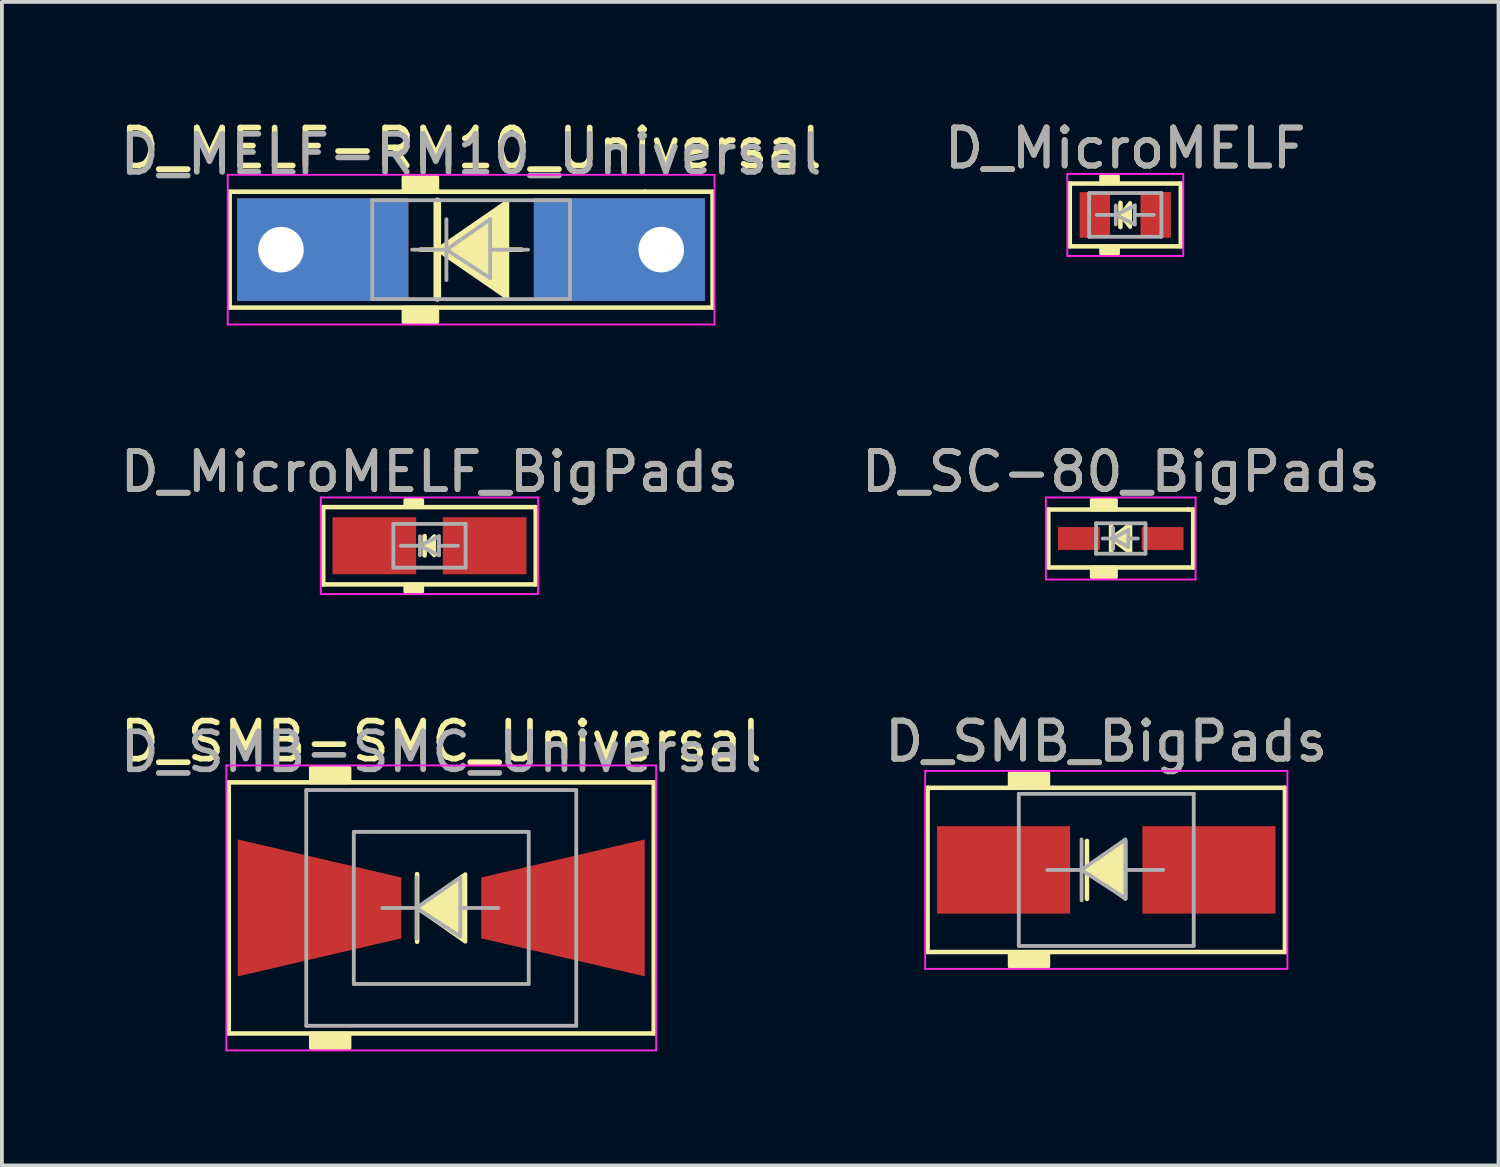
<source format=kicad_pcb>
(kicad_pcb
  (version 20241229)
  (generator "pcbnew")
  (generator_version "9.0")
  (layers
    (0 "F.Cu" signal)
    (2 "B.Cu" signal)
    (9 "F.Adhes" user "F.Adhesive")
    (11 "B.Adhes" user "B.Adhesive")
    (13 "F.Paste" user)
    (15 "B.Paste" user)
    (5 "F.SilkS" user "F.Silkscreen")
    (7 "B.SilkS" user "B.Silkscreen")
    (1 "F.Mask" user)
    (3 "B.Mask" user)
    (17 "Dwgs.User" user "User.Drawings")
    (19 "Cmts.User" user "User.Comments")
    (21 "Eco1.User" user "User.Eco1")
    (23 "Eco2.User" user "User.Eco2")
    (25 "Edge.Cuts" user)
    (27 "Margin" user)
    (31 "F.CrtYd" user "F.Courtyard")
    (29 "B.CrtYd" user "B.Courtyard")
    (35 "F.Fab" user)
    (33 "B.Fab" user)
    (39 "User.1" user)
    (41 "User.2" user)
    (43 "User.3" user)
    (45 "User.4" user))
  (footprint "D_MicroMELF"
    (layer "F.Cu")
    (at 26.542 2.602)
    (property "Reference" "D_MicroMELF" (at 0 -1.754 0) (layer "F.SilkS") (effects (font (size 1 1) (thickness 0.15))))
    (attr smd)
    (fp_line (start -1.46 -0.826) (end 1.46 -0.826) (stroke (width 0.12) (type solid)) (layer "F.SilkS"))
    (fp_line (start -1.46 0.826) (end -1.46 -0.826) (stroke (width 0.12) (type solid)) (layer "F.SilkS"))
    (fp_line (start -0.127 -0.318) (end -0.127 0.318) (stroke (width 0.12) (type solid)) (layer "F.SilkS"))
    (fp_line (start 1.46 -0.826) (end 1.46 0.826) (stroke (width 0.12) (type solid)) (layer "F.SilkS"))
    (fp_line (start 1.46 0.826) (end -1.46 0.826) (stroke (width 0.12) (type solid)) (layer "F.SilkS"))
    (fp_poly (pts (xy 0.127 0.318) (xy -0.127 0) (xy 0.127 -0.318)) (stroke (width 0.1) (type solid)) (fill yes) (layer "F.SilkS"))
    (fp_poly (pts (xy -0.191 -0.826) (xy -0.635 -0.826) (xy -0.635 -1.016) (xy -0.191 -1.016)) (stroke (width 0.1) (type solid)) (fill yes) (layer "F.SilkS"))
    (fp_poly (pts (xy -0.191 1.016) (xy -0.635 1.016) (xy -0.635 0.826) (xy -0.191 0.826)) (stroke (width 0.1) (type solid)) (fill yes) (layer "F.SilkS"))
    (fp_line (start -1.524 -1.079) (end -1.524 1.079) (stroke (width 0.05) (type solid)) (layer "F.CrtYd"))
    (fp_line (start -1.524 -1.079) (end 1.524 -1.079) (stroke (width 0.05) (type solid)) (layer "F.CrtYd"))
    (fp_line (start 1.524 1.079) (end -1.524 1.079) (stroke (width 0.05) (type solid)) (layer "F.CrtYd"))
    (fp_line (start 1.524 1.079) (end 1.524 -1.079) (stroke (width 0.05) (type solid)) (layer "F.CrtYd"))
    (fp_line (start -0.95 -0.575) (end 0.95 -0.575) (stroke (width 0.1) (type solid)) (layer "F.Fab"))
    (fp_line (start -0.95 0.575) (end -0.95 -0.575) (stroke (width 0.1) (type solid)) (layer "F.Fab"))
    (fp_line (start -0.25 -0.25) (end -0.25 0.25) (stroke (width 0.1) (type solid)) (layer "F.Fab"))
    (fp_line (start -0.25 0) (end -0.75 0) (stroke (width 0.1) (type solid)) (layer "F.Fab"))
    (fp_line (start -0.25 0) (end 0.25 -0.25) (stroke (width 0.1) (type solid)) (layer "F.Fab"))
    (fp_line (start 0.25 -0.25) (end 0.25 0.25) (stroke (width 0.1) (type solid)) (layer "F.Fab"))
    (fp_line (start 0.25 0) (end 0.75 0) (stroke (width 0.1) (type solid)) (layer "F.Fab"))
    (fp_line (start 0.25 0.25) (end -0.25 0) (stroke (width 0.1) (type solid)) (layer "F.Fab"))
    (fp_line (start 0.95 -0.575) (end 0.95 0.575) (stroke (width 0.1) (type solid)) (layer "F.Fab"))
    (fp_line (start 0.95 0.575) (end -0.95 0.575) (stroke (width 0.1) (type solid)) (layer "F.Fab"))
    (fp_text user "${REFERENCE}" (at 0 -1.754 0) (layer "F.Fab") (effects (font (size 1 1) (thickness 0.15))))
    (pad "1" smd rect (at -0.8 0) (size 0.8 1.2) (layers "F.Cu" "F.Mask" "F.Paste"))
    (pad "2" smd rect (at 0.8 0) (size 0.8 1.2) (layers "F.Cu" "F.Mask" "F.Paste")))
  (footprint "D_SC-80_BigPads"
    (layer "F.Cu")
    (at 26.423 11.111)
    (property "Reference" "D_SC-80_BigPads" (at 0 -1.754 0) (layer "F.SilkS") (effects (font (size 1 1) (thickness 0.15))))
    (attr smd)
    (fp_line (start -1.905 -0.762) (end -1.905 0.762) (stroke (width 0.12) (type solid)) (layer "F.SilkS"))
    (fp_line (start -1.905 0.762) (end 1.905 0.762) (stroke (width 0.12) (type solid)) (layer "F.SilkS"))
    (fp_line (start -0.254 -0.381) (end -0.254 0.381) (stroke (width 0.12) (type solid)) (layer "F.SilkS"))
    (fp_line (start 1.778 -0.762) (end -1.905 -0.762) (stroke (width 0.12) (type solid)) (layer "F.SilkS"))
    (fp_line (start 1.905 -0.762) (end 1.778 -0.762) (stroke (width 0.12) (type solid)) (layer "F.SilkS"))
    (fp_line (start 1.905 0.762) (end 1.905 -0.762) (stroke (width 0.12) (type solid)) (layer "F.SilkS"))
    (fp_poly (pts (xy 0.254 0.381) (xy -0.254 0) (xy 0.254 -0.381)) (stroke (width 0.1) (type solid)) (fill yes) (layer "F.SilkS"))
    (fp_poly (pts (xy -0.127 -0.762) (xy -0.762 -0.762) (xy -0.762 -1.016) (xy -0.127 -1.016)) (stroke (width 0.1) (type solid)) (fill yes) (layer "F.SilkS"))
    (fp_poly (pts (xy -0.127 1.016) (xy -0.762 1.016) (xy -0.762 0.762) (xy -0.127 0.762)) (stroke (width 0.1) (type solid)) (fill yes) (layer "F.SilkS"))
    (fp_line (start -1.968 -1.079) (end -1.968 1.079) (stroke (width 0.05) (type solid)) (layer "F.CrtYd"))
    (fp_line (start -1.968 1.079) (end 1.968 1.079) (stroke (width 0.05) (type solid)) (layer "F.CrtYd"))
    (fp_line (start 1.968 -1.079) (end -1.968 -1.079) (stroke (width 0.05) (type solid)) (layer "F.CrtYd"))
    (fp_line (start 1.968 -1.079) (end 1.968 1.079) (stroke (width 0.05) (type solid)) (layer "F.CrtYd"))
    (fp_line (start -0.65 -0.4) (end 0.65 -0.4) (stroke (width 0.1) (type solid)) (layer "F.Fab"))
    (fp_line (start -0.65 0.4) (end -0.65 -0.4) (stroke (width 0.1) (type solid)) (layer "F.Fab"))
    (fp_line (start -0.2 -0.275) (end -0.2 0.275) (stroke (width 0.1) (type solid)) (layer "F.Fab"))
    (fp_line (start -0.2 0) (end -0.475 0) (stroke (width 0.1) (type solid)) (layer "F.Fab"))
    (fp_line (start -0.2 0) (end 0.2 -0.225) (stroke (width 0.1) (type solid)) (layer "F.Fab"))
    (fp_line (start 0.2 -0.225) (end 0.2 0.225) (stroke (width 0.1) (type solid)) (layer "F.Fab"))
    (fp_line (start 0.2 0) (end 0.45 0) (stroke (width 0.1) (type solid)) (layer "F.Fab"))
    (fp_line (start 0.2 0.225) (end -0.2 0) (stroke (width 0.1) (type solid)) (layer "F.Fab"))
    (fp_line (start 0.65 -0.4) (end 0.65 0.4) (stroke (width 0.1) (type solid)) (layer "F.Fab"))
    (fp_line (start 0.65 0.4) (end -0.65 0.4) (stroke (width 0.1) (type solid)) (layer "F.Fab"))
    (fp_text user "${REFERENCE}" (at 0 -1.754 0) (layer "F.Fab") (effects (font (size 1 1) (thickness 0.15))))
    (pad "1" smd rect (at -1.1 0) (size 1.1 0.6) (layers "F.Cu" "F.Mask" "F.Paste"))
    (pad "2" smd rect (at 1.1 0) (size 1.1 0.6) (layers "F.Cu" "F.Mask" "F.Paste")))
  (footprint "D_MicroMELF_BigPads"
    (layer "F.Cu")
    (at 8.244 11.302)
    (property "Reference" "D_MicroMELF_BigPads" (at 0 -1.944 0) (layer "F.SilkS") (effects (font (size 1 1) (thickness 0.15))))
    (attr smd)
    (fp_line (start -2.794 -1.016) (end 2.794 -1.016) (stroke (width 0.12) (type solid)) (layer "F.SilkS"))
    (fp_line (start -2.794 1.016) (end -2.794 -1.016) (stroke (width 0.12) (type solid)) (layer "F.SilkS"))
    (fp_line (start -0.127 -0.254) (end -0.127 0.254) (stroke (width 0.12) (type solid)) (layer "F.SilkS"))
    (fp_line (start 2.794 -1.016) (end 2.794 1.016) (stroke (width 0.12) (type solid)) (layer "F.SilkS"))
    (fp_line (start 2.794 1.016) (end -2.794 1.016) (stroke (width 0.12) (type solid)) (layer "F.SilkS"))
    (fp_poly (pts (xy 0.127 0.254) (xy -0.127 0) (xy 0.127 -0.254)) (stroke (width 0.1) (type solid)) (fill yes) (layer "F.SilkS"))
    (fp_poly (pts (xy -0.191 -1.016) (xy -0.635 -1.016) (xy -0.635 -1.206) (xy -0.191 -1.206)) (stroke (width 0.1) (type solid)) (fill yes) (layer "F.SilkS"))
    (fp_poly (pts (xy -0.191 1.206) (xy -0.635 1.206) (xy -0.635 1.016) (xy -0.191 1.016)) (stroke (width 0.1) (type solid)) (fill yes) (layer "F.SilkS"))
    (fp_line (start -2.857 -1.27) (end -2.857 1.27) (stroke (width 0.05) (type solid)) (layer "F.CrtYd"))
    (fp_line (start -2.857 -1.27) (end 2.857 -1.27) (stroke (width 0.05) (type solid)) (layer "F.CrtYd"))
    (fp_line (start 2.857 1.27) (end -2.857 1.27) (stroke (width 0.05) (type solid)) (layer "F.CrtYd"))
    (fp_line (start 2.857 1.27) (end 2.857 -1.27) (stroke (width 0.05) (type solid)) (layer "F.CrtYd"))
    (fp_line (start -0.95 -0.575) (end 0.95 -0.575) (stroke (width 0.1) (type solid)) (layer "F.Fab"))
    (fp_line (start -0.95 0.575) (end -0.95 -0.575) (stroke (width 0.1) (type solid)) (layer "F.Fab"))
    (fp_line (start -0.25 -0.25) (end -0.25 0.25) (stroke (width 0.1) (type solid)) (layer "F.Fab"))
    (fp_line (start -0.25 0) (end -0.75 0) (stroke (width 0.1) (type solid)) (layer "F.Fab"))
    (fp_line (start -0.25 0) (end 0.25 -0.25) (stroke (width 0.1) (type solid)) (layer "F.Fab"))
    (fp_line (start 0.25 -0.25) (end 0.25 0.25) (stroke (width 0.1) (type solid)) (layer "F.Fab"))
    (fp_line (start 0.25 0) (end 0.75 0) (stroke (width 0.1) (type solid)) (layer "F.Fab"))
    (fp_line (start 0.25 0.25) (end -0.25 0) (stroke (width 0.1) (type solid)) (layer "F.Fab"))
    (fp_line (start 0.95 -0.575) (end 0.95 0.575) (stroke (width 0.1) (type solid)) (layer "F.Fab"))
    (fp_line (start 0.95 0.575) (end -0.95 0.575) (stroke (width 0.1) (type solid)) (layer "F.Fab"))
    (fp_text user "${REFERENCE}" (at 0 -1.944 0) (layer "F.Fab") (effects (font (size 1 1) (thickness 0.15))))
    (pad "1" smd rect (at -1.45 0) (size 2.2 1.5) (layers "F.Cu" "F.Mask" "F.Paste"))
    (pad "2" smd rect (at 1.45 0) (size 2.2 1.5) (layers "F.Cu" "F.Mask" "F.Paste")))
  (footprint "D_MELF-RM10_Universal"
    (layer "F.Cu")
    (at 9.339 3.515)
    (property "Reference" "D_MELF-RM10_Universal" (at 0 -2.667 0) (layer "F.SilkS") (effects (font (size 1 1) (thickness 0.15))))
    (attr through_hole)
    (fp_line (start -6.35 -1.524) (end -6.35 1.524) (stroke (width 0.12) (type solid)) (layer "F.SilkS"))
    (fp_line (start -6.35 1.524) (end 6.35 1.524) (stroke (width 0.12) (type solid)) (layer "F.SilkS"))
    (fp_line (start -0.953 0) (end -1.333 0) (stroke (width 0.12) (type solid)) (layer "F.SilkS"))
    (fp_line (start -0.889 -1.27) (end -0.889 1.27) (stroke (width 0.2) (type solid)) (layer "F.SilkS"))
    (fp_line (start 1.333 0) (end 0.953 0) (stroke (width 0.12) (type solid)) (layer "F.SilkS"))
    (fp_line (start 4.572 -1.524) (end -6.35 -1.524) (stroke (width 0.12) (type solid)) (layer "F.SilkS"))
    (fp_line (start 6.35 -1.524) (end 4.572 -1.524) (stroke (width 0.12) (type solid)) (layer "F.SilkS"))
    (fp_line (start 6.35 1.524) (end 6.35 -1.524) (stroke (width 0.12) (type solid)) (layer "F.SilkS"))
    (fp_poly (pts (xy 0.953 1.27) (xy -0.889 0) (xy 0.953 -1.27)) (stroke (width 0.1) (type solid)) (fill yes) (layer "F.SilkS"))
    (fp_poly (pts (xy -0.889 -1.524) (xy -1.778 -1.524) (xy -1.778 -1.905) (xy -0.889 -1.905)) (stroke (width 0.1) (type solid)) (fill yes) (layer "F.SilkS"))
    (fp_poly (pts (xy -0.889 1.905) (xy -1.778 1.905) (xy -1.778 1.524) (xy -0.889 1.524)) (stroke (width 0.1) (type solid)) (fill yes) (layer "F.SilkS"))
    (fp_line (start -6.4 -1.968) (end 6.4 -1.968) (stroke (width 0.05) (type solid)) (layer "F.CrtYd"))
    (fp_line (start -6.4 1.968) (end -6.4 -1.968) (stroke (width 0.05) (type solid)) (layer "F.CrtYd"))
    (fp_line (start 6.4 -1.968) (end 6.4 1.968) (stroke (width 0.05) (type solid)) (layer "F.CrtYd"))
    (fp_line (start 6.4 1.968) (end -6.4 1.968) (stroke (width 0.05) (type solid)) (layer "F.CrtYd"))
    (fp_line (start -2.6 -1.3) (end -2.6 1.3) (stroke (width 0.1) (type solid)) (layer "F.Fab"))
    (fp_line (start -2.6 1.3) (end 2.6 1.3) (stroke (width 0.1) (type solid)) (layer "F.Fab"))
    (fp_line (start -0.649 -0.799) (end -0.649 0.801) (stroke (width 0.1) (type solid)) (layer "F.Fab"))
    (fp_line (start -0.649 0.001) (end -1.551 0.001) (stroke (width 0.1) (type solid)) (layer "F.Fab"))
    (fp_line (start -0.649 0.001) (end 0.501 -0.799) (stroke (width 0.1) (type solid)) (layer "F.Fab"))
    (fp_line (start -0.649 0.001) (end 0.501 0.75) (stroke (width 0.1) (type solid)) (layer "F.Fab"))
    (fp_line (start 0.501 0.001) (end 1.499 0.001) (stroke (width 0.1) (type solid)) (layer "F.Fab"))
    (fp_line (start 0.501 0.75) (end 0.501 -0.799) (stroke (width 0.1) (type solid)) (layer "F.Fab"))
    (fp_line (start 2.6 -1.3) (end -2.6 -1.3) (stroke (width 0.1) (type solid)) (layer "F.Fab"))
    (fp_line (start 2.6 1.3) (end 2.6 -1.3) (stroke (width 0.1) (type solid)) (layer "F.Fab"))
    (fp_text user "${REFERENCE}" (at 0 -2.5 0) (layer "F.Fab") (effects (font (size 1 1) (thickness 0.15))))
    (pad "1" thru_hole rect (at -5 0) (size 4.5 2.7) (drill 1.199 (offset 1.1 0)) (layers "*.Cu" "*.Mask"))
    (pad "2" thru_hole rect (at 5 0 180) (size 4.5 2.7) (drill 1.199 (offset 1.1 0)) (layers "*.Cu" "*.Mask")))
  (footprint "D_SMB-SMC_Universal"
    (layer "F.Cu")
    (at 8.554 20.826)
    (property "Reference" "D_SMB-SMC_Universal" (at 0 -4.381 0) (layer "F.SilkS") (effects (font (size 1 1) (thickness 0.15))))
    (attr smd)
    (fp_line (start -5.588 -3.302) (end -5.588 3.302) (stroke (width 0.12) (type solid)) (layer "F.SilkS"))
    (fp_line (start -5.588 3.302) (end 5.588 3.302) (stroke (width 0.12) (type solid)) (layer "F.SilkS"))
    (fp_line (start -0.635 -0.889) (end -0.635 0.889) (stroke (width 0.12) (type solid)) (layer "F.SilkS"))
    (fp_line (start 5.588 -3.302) (end -5.588 -3.302) (stroke (width 0.12) (type solid)) (layer "F.SilkS"))
    (fp_line (start 5.588 3.302) (end 5.588 -3.302) (stroke (width 0.12) (type solid)) (layer "F.SilkS"))
    (fp_poly (pts (xy 0.635 0.889) (xy -0.635 0) (xy 0.635 -0.889)) (stroke (width 0.1) (type solid)) (fill yes) (layer "F.SilkS"))
    (fp_poly (pts (xy -2.413 -3.302) (xy -3.429 -3.302) (xy -3.429 -3.683) (xy -2.413 -3.683)) (stroke (width 0.1) (type solid)) (fill yes) (layer "F.SilkS"))
    (fp_poly (pts (xy -2.413 3.683) (xy -3.429 3.683) (xy -3.429 3.302) (xy -2.413 3.302)) (stroke (width 0.1) (type solid)) (fill yes) (layer "F.SilkS"))
    (fp_line (start -5.652 -3.747) (end 5.652 -3.747) (stroke (width 0.05) (type solid)) (layer "F.CrtYd"))
    (fp_line (start -5.652 3.747) (end -5.652 -3.747) (stroke (width 0.05) (type solid)) (layer "F.CrtYd"))
    (fp_line (start 5.652 -3.747) (end 5.652 3.747) (stroke (width 0.05) (type solid)) (layer "F.CrtYd"))
    (fp_line (start 5.652 3.747) (end -5.652 3.747) (stroke (width 0.05) (type solid)) (layer "F.CrtYd"))
    (fp_line (start -3.55 3.1) (end -3.55 -3.1) (stroke (width 0.1) (type solid)) (layer "F.Fab"))
    (fp_line (start -2.3 2) (end -2.3 -2) (stroke (width 0.1) (type solid)) (layer "F.Fab"))
    (fp_line (start -0.649 -0.799) (end -0.649 0.801) (stroke (width 0.1) (type solid)) (layer "F.Fab"))
    (fp_line (start -0.649 0.001) (end -1.551 0.001) (stroke (width 0.1) (type solid)) (layer "F.Fab"))
    (fp_line (start -0.649 0.001) (end 0.501 -0.799) (stroke (width 0.1) (type solid)) (layer "F.Fab"))
    (fp_line (start -0.649 0.001) (end 0.501 0.75) (stroke (width 0.1) (type solid)) (layer "F.Fab"))
    (fp_line (start 0.501 0.001) (end 1.499 0.001) (stroke (width 0.1) (type solid)) (layer "F.Fab"))
    (fp_line (start 0.501 0.75) (end 0.501 -0.799) (stroke (width 0.1) (type solid)) (layer "F.Fab"))
    (fp_line (start 2.3 -2) (end -2.3 -2) (stroke (width 0.1) (type solid)) (layer "F.Fab"))
    (fp_line (start 2.3 -2) (end 2.3 2) (stroke (width 0.1) (type solid)) (layer "F.Fab"))
    (fp_line (start 2.3 2) (end -2.3 2) (stroke (width 0.1) (type solid)) (layer "F.Fab"))
    (fp_line (start 3.55 -3.1) (end -3.55 -3.1) (stroke (width 0.1) (type solid)) (layer "F.Fab"))
    (fp_line (start 3.55 -3.1) (end 3.55 3.1) (stroke (width 0.1) (type solid)) (layer "F.Fab"))
    (fp_line (start 3.55 3.1) (end -3.55 3.1) (stroke (width 0.1) (type solid)) (layer "F.Fab"))
    (fp_text user "${REFERENCE}" (at 0 -4.1 0) (layer "F.Fab") (effects (font (size 1 1) (thickness 0.15))))
    (pad "1" smd trapezoid (at -3.2 0) (size 4.3 2.6) (rect_delta 1 0) (layers "F.Cu" "F.Mask" "F.Paste"))
    (pad "2" smd trapezoid (at 3.2 0 180) (size 4.3 2.6) (rect_delta 1 0) (layers "F.Cu" "F.Mask" "F.Paste")))
  (footprint "D_SMB_BigPads"
    (layer "F.Cu")
    (at 26.042 19.826)
    (property "Reference" "D_SMB_BigPads" (at 0 -3.381 0) (layer "F.SilkS") (effects (font (size 1 1) (thickness 0.15))))
    (attr smd)
    (fp_line (start -4.699 -2.159) (end -4.699 2.159) (stroke (width 0.12) (type solid)) (layer "F.SilkS"))
    (fp_line (start -4.699 2.159) (end 4.699 2.159) (stroke (width 0.12) (type solid)) (layer "F.SilkS"))
    (fp_line (start -0.508 -0.762) (end -0.508 0.762) (stroke (width 0.12) (type solid)) (layer "F.SilkS"))
    (fp_line (start 4.699 -2.159) (end -4.699 -2.159) (stroke (width 0.12) (type solid)) (layer "F.SilkS"))
    (fp_line (start 4.699 2.159) (end 4.699 -2.159) (stroke (width 0.12) (type solid)) (layer "F.SilkS"))
    (fp_poly (pts (xy 0.508 0.762) (xy -0.508 0) (xy 0.508 -0.762)) (stroke (width 0.1) (type solid)) (fill yes) (layer "F.SilkS"))
    (fp_poly (pts (xy -1.524 -2.159) (xy -2.54 -2.159) (xy -2.54 -2.54) (xy -1.524 -2.54)) (stroke (width 0.1) (type solid)) (fill yes) (layer "F.SilkS"))
    (fp_poly (pts (xy -1.524 2.54) (xy -2.54 2.54) (xy -2.54 2.159) (xy -1.524 2.159)) (stroke (width 0.1) (type solid)) (fill yes) (layer "F.SilkS"))
    (fp_line (start -4.763 -2.603) (end 4.763 -2.603) (stroke (width 0.05) (type solid)) (layer "F.CrtYd"))
    (fp_line (start -4.763 2.603) (end -4.763 -2.603) (stroke (width 0.05) (type solid)) (layer "F.CrtYd"))
    (fp_line (start 4.763 -2.603) (end 4.763 2.603) (stroke (width 0.05) (type solid)) (layer "F.CrtYd"))
    (fp_line (start 4.763 2.603) (end -4.763 2.603) (stroke (width 0.05) (type solid)) (layer "F.CrtYd"))
    (fp_line (start -2.3 2) (end -2.3 -2) (stroke (width 0.1) (type solid)) (layer "F.Fab"))
    (fp_line (start -0.649 -0.799) (end -0.649 0.801) (stroke (width 0.1) (type solid)) (layer "F.Fab"))
    (fp_line (start -0.649 0.001) (end -1.551 0.001) (stroke (width 0.1) (type solid)) (layer "F.Fab"))
    (fp_line (start -0.649 0.001) (end 0.501 -0.799) (stroke (width 0.1) (type solid)) (layer "F.Fab"))
    (fp_line (start -0.649 0.001) (end 0.501 0.75) (stroke (width 0.1) (type solid)) (layer "F.Fab"))
    (fp_line (start 0.501 0.001) (end 1.499 0.001) (stroke (width 0.1) (type solid)) (layer "F.Fab"))
    (fp_line (start 0.501 0.75) (end 0.501 -0.799) (stroke (width 0.1) (type solid)) (layer "F.Fab"))
    (fp_line (start 2.3 -2) (end -2.3 -2) (stroke (width 0.1) (type solid)) (layer "F.Fab"))
    (fp_line (start 2.3 -2) (end 2.3 2) (stroke (width 0.1) (type solid)) (layer "F.Fab"))
    (fp_line (start 2.3 2) (end -2.3 2) (stroke (width 0.1) (type solid)) (layer "F.Fab"))
    (fp_text user "${REFERENCE}" (at 0 -3.381 0) (layer "F.Fab") (effects (font (size 1 1) (thickness 0.15))))
    (pad "1" smd rect (at -2.7 0) (size 3.5 2.3) (layers "F.Cu" "F.Mask" "F.Paste"))
    (pad "2" smd rect (at 2.7 0) (size 3.5 2.3) (layers "F.Cu" "F.Mask" "F.Paste")))
  (gr_rect
    (start -3 -3)
    (end 36.357 27.598)
    (stroke (width 0.1) (type default))
    (fill no)
    (layer "Edge.Cuts")))
</source>
